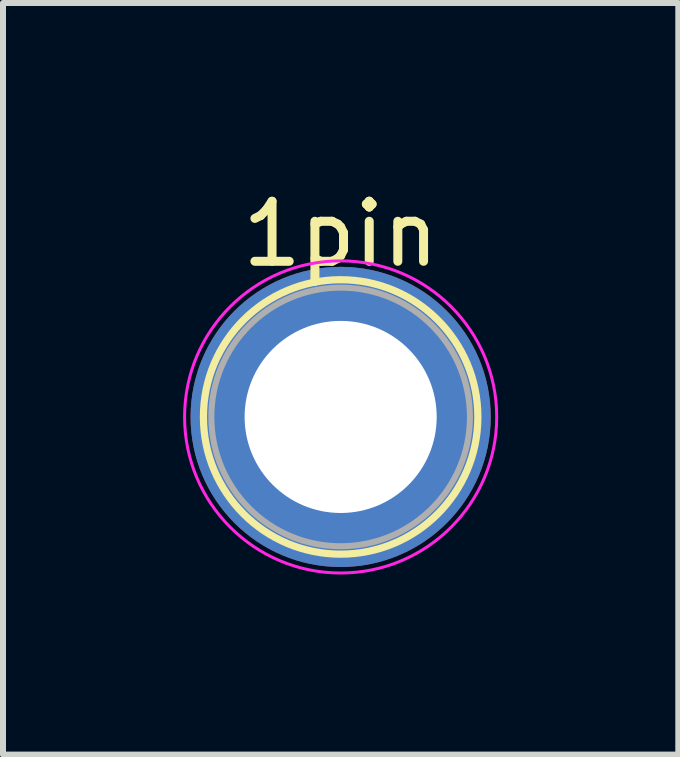
<source format=kicad_pcb>
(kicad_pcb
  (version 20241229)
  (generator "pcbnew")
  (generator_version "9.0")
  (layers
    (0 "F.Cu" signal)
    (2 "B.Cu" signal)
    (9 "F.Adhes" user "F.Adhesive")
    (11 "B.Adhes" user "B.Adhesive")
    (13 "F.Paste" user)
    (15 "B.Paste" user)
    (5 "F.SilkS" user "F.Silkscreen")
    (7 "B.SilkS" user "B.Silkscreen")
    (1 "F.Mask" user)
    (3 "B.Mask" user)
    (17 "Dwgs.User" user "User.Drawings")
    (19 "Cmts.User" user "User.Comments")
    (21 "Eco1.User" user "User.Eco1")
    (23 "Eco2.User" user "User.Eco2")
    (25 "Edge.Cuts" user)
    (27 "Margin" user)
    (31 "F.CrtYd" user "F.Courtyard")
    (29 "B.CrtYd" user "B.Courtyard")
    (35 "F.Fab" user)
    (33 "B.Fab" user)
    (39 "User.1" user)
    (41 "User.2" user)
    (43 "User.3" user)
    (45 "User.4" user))
  (footprint "1pin"
    (layer "F.Cu")
    (at 2.625 3.896)
    (property "Reference" "1pin" (at 0 -3.048 0) (layer "F.SilkS") (effects (font (size 1 1) (thickness 0.15))))
    (attr through_hole)
    (fp_circle (center 0 0) (end 0 -2.286) (stroke (width 0.12) (type solid)) (fill no) (layer "F.SilkS"))
    (fp_circle (center 0 0) (end 2.6 0) (stroke (width 0.05) (type solid)) (fill no) (layer "F.CrtYd"))
    (fp_circle (center 0 0) (end 2 0.8) (stroke (width 0.1) (type solid)) (fill no) (layer "F.Fab"))
    (pad "1" thru_hole circle (at 0 0) (size 5 5) (drill 3.2) (layers "*.Cu" "*.Mask")))
  (gr_rect
    (start -3 -3)
    (end 8.25 9.521)
    (stroke (width 0.1) (type default))
    (fill no)
    (layer "Edge.Cuts")))
</source>
